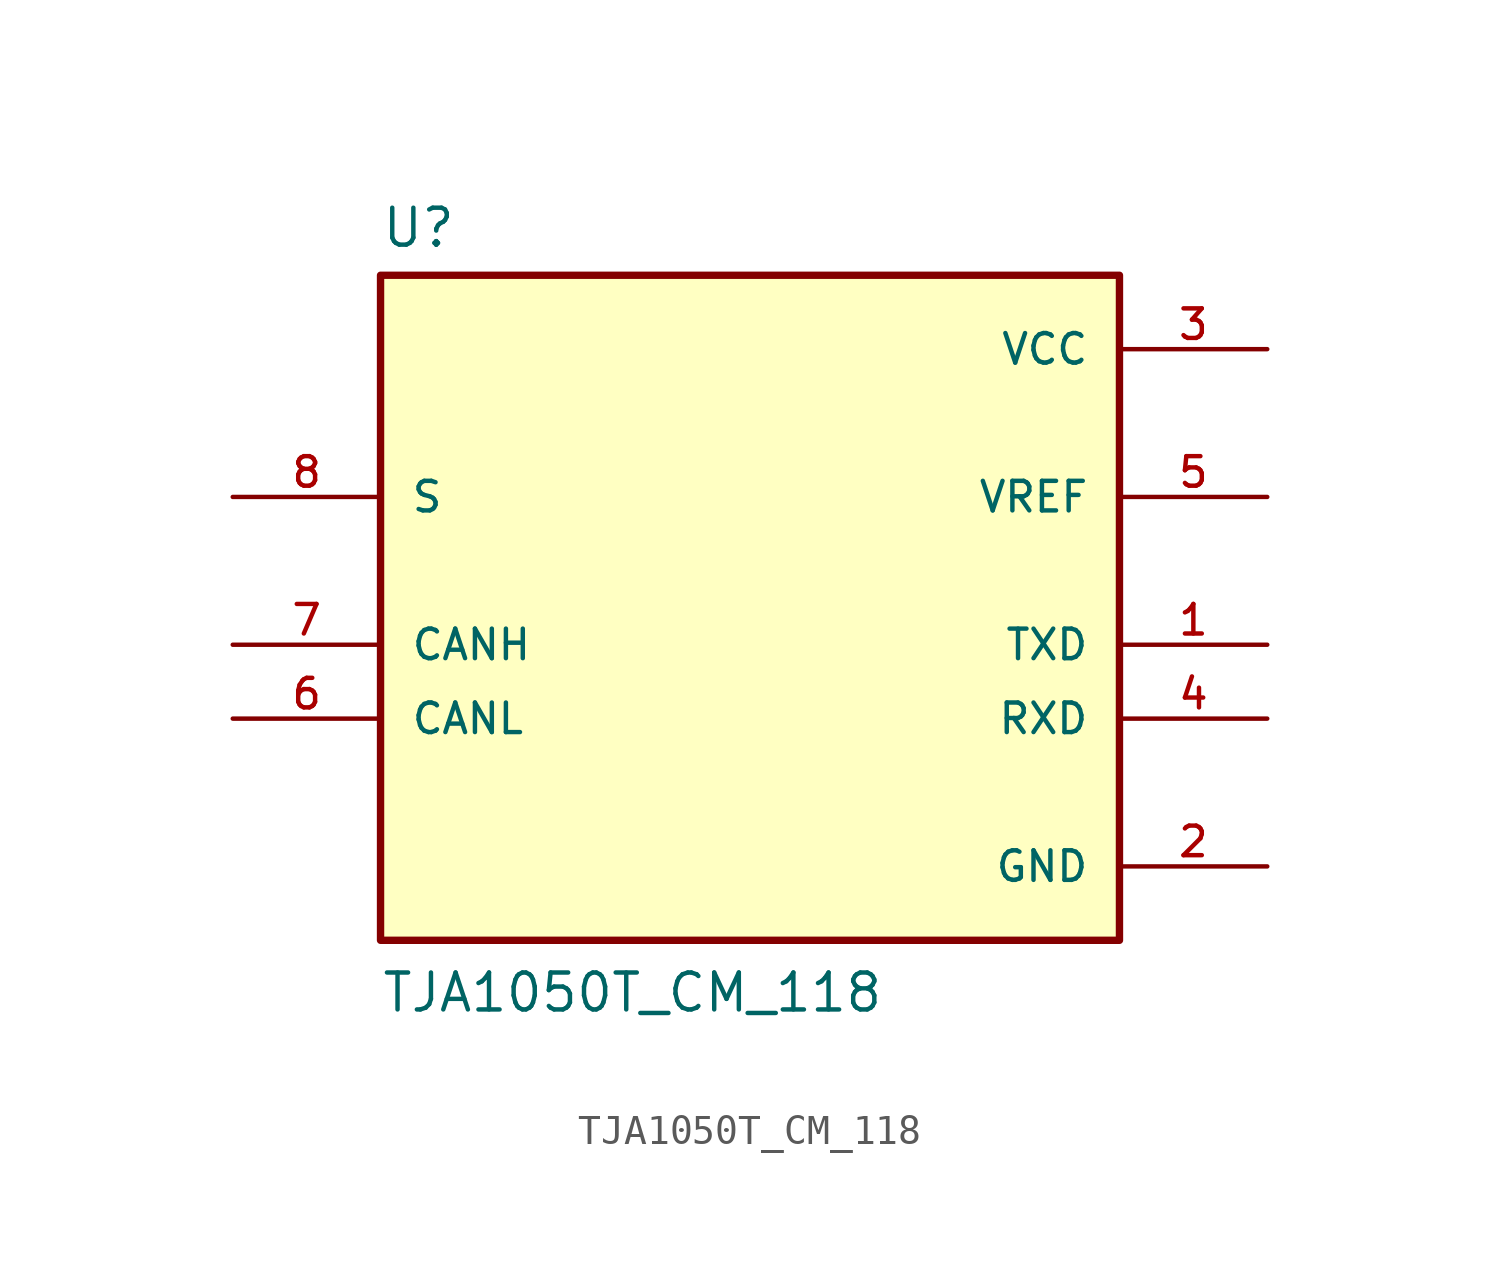
<source format=kicad_sym>
(kicad_symbol_lib
  (version 20211014)
  (generator kicad_symbol_editor)
  (symbol "TJA1050T_CM_118"
    (pin_names
      (offset 1.016))
    (property "Reference" "U"
      (at -12.7 11.049 0.0)
      (effects (font (size 1.27 1.27)) (justify bottom left)))
    (property "Value" "TJA1050T_CM_118"
      (at -12.7 -15.24 0.0)
      (effects (font (size 1.27 1.27)) (justify bottom left)))
    (symbol "TJA1050T_CM_118_0_0"
      (rectangle (start -12.7 -12.7) (end 12.7 10.16) (stroke (width 0.254)) (fill (type background)))
      (pin output line (at 17.78 -5.08 180.0) (length 5.08) (name "RXD" (effects (font (size 1.016 1.016)))) (number "4" (effects (font (size 1.016 1.016)))))
      (pin input line (at -17.78 2.54 0) (length 5.08) (name "S" (effects (font (size 1.016 1.016)))) (number "8" (effects (font (size 1.016 1.016)))))
      (pin bidirectional line (at -17.78 -2.54 0) (length 5.08) (name "CANH" (effects (font (size 1.016 1.016)))) (number "7" (effects (font (size 1.016 1.016)))))
      (pin bidirectional line (at -17.78 -5.08 0) (length 5.08) (name "CANL" (effects (font (size 1.016 1.016)))) (number "6" (effects (font (size 1.016 1.016)))))
      (pin power_in line (at 17.78 7.62 180.0) (length 5.08) (name "VCC" (effects (font (size 1.016 1.016)))) (number "3" (effects (font (size 1.016 1.016)))))
      (pin output line (at 17.78 2.54 180.0) (length 5.08) (name "VREF" (effects (font (size 1.016 1.016)))) (number "5" (effects (font (size 1.016 1.016)))))
      (pin input line (at 17.78 -2.54 180.0) (length 5.08) (name "TXD" (effects (font (size 1.016 1.016)))) (number "1" (effects (font (size 1.016 1.016)))))
      (pin power_in line (at 17.78 -10.16 180.0) (length 5.08) (name "GND" (effects (font (size 1.016 1.016)))) (number "2" (effects (font (size 1.016 1.016))))))))
</source>
